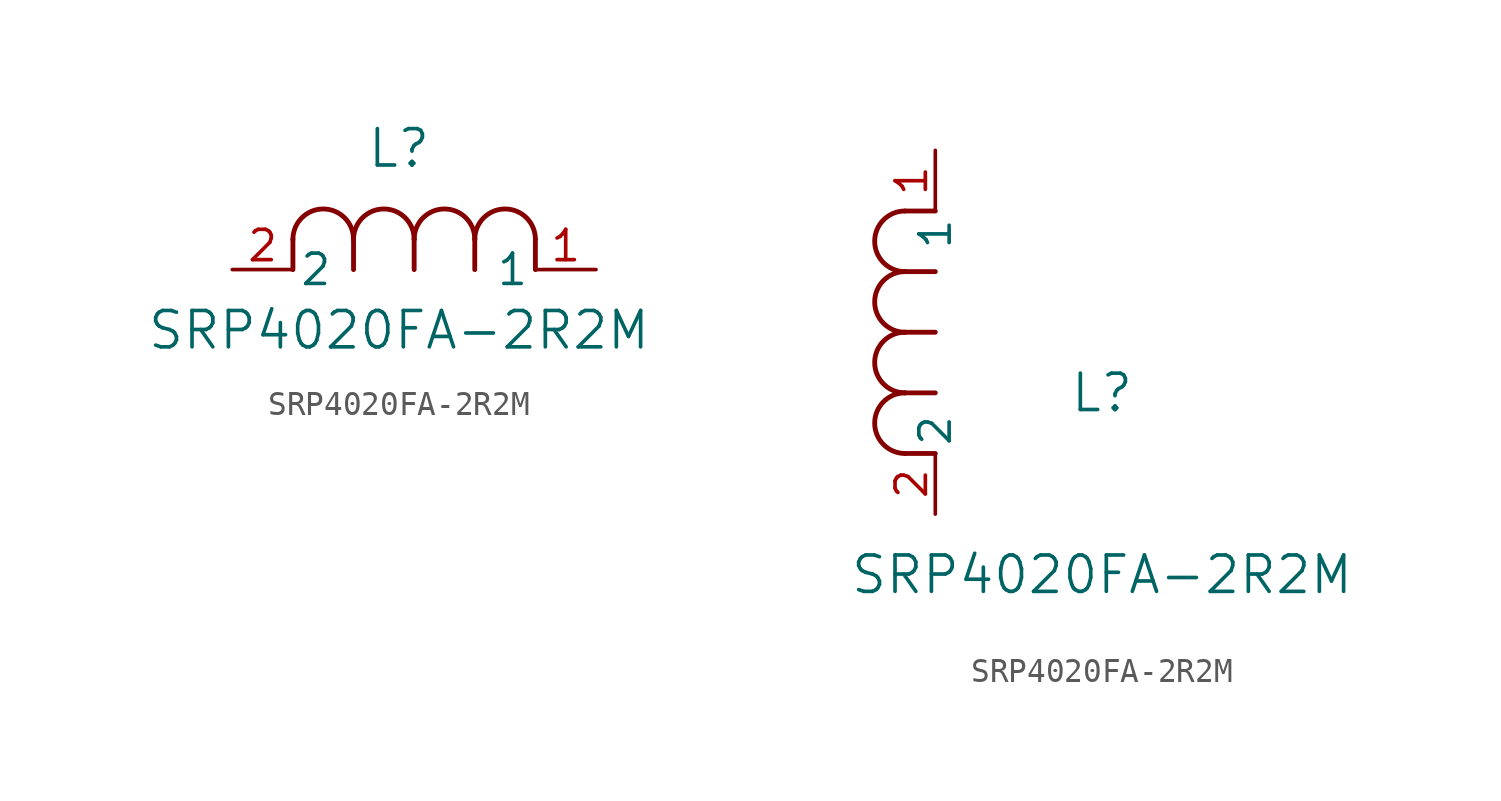
<source format=kicad_sym>
(kicad_symbol_lib
  (version 20211014)
  (generator kicad_symbol_editor)
  (symbol "SRP4020FA-2R2M"
    (pin_names
      (offset 0.254))
    (property "Reference" "L"
      (at 6.985 5.08 0)
      (effects (font (size 1.524 1.524))))
    (property "Value" "SRP4020FA-2R2M"
      (at 6.985 -2.54 0)
      (effects (font (size 1.524 1.524))))
    (symbol "SRP4020FA-2R2M_1_1"
      (arc (start 7.62 1.27) (mid 6.35 2.54) (end 5.08 1.27) (stroke (width 0.2032) (type default) (color 0 0 0 0)) (fill (type none)))
      (polyline (pts (xy 5.08 0) (xy 5.08 1.27)) (stroke (width 0.203) (type default) (color 0 0 0 0)) (fill (type none)))
      (polyline (pts (xy 7.62 0) (xy 7.62 1.27)) (stroke (width 0.203) (type default) (color 0 0 0 0)) (fill (type none)))
      (polyline (pts (xy 12.7 0) (xy 12.7 1.27)) (stroke (width 0.203) (type default) (color 0 0 0 0)) (fill (type none)))
      (arc (start 5.08 1.27) (mid 3.81 2.54) (end 2.54 1.27) (stroke (width 0.2032) (type default) (color 0 0 0 0)) (fill (type none)))
      (arc (start 10.16 1.27) (mid 8.89 2.54) (end 7.62 1.27) (stroke (width 0.2032) (type default) (color 0 0 0 0)) (fill (type none)))
      (arc (start 12.7 1.27) (mid 11.43 2.54) (end 10.16 1.27) (stroke (width 0.2032) (type default) (color 0 0 0 0)) (fill (type none)))
      (polyline (pts (xy 2.54 0) (xy 2.54 1.27)) (stroke (width 0.203) (type default) (color 0 0 0 0)) (fill (type none)))
      (polyline (pts (xy 10.16 0) (xy 10.16 1.27)) (stroke (width 0.203) (type default) (color 0 0 0 0)) (fill (type none)))
      (pin unspecified line (at 0 0 0) (length 2.54) (name "2" (effects (font (size 1.27 1.27)))) (number "2" (effects (font (size 1.27 1.27)))))
      (pin unspecified line (at 15.24 0 180) (length 2.54) (name "1" (effects (font (size 1.27 1.27)))) (number "1" (effects (font (size 1.27 1.27))))))
    (symbol "SRP4020FA-2R2M_1_2"
      (arc (start -1.27 7.62) (mid -2.54 6.35) (end -1.27 5.08) (stroke (width 0.2032) (type default) (color 0 0 0 0)) (fill (type none)))
      (arc (start -1.27 5.08) (mid -2.54 3.81) (end -1.27 2.54) (stroke (width 0.2032) (type default) (color 0 0 0 0)) (fill (type none)))
      (arc (start -1.27 12.7) (mid -2.54 11.43) (end -1.27 10.16) (stroke (width 0.2032) (type default) (color 0 0 0 0)) (fill (type none)))
      (arc (start -1.27 10.16) (mid -2.54 8.89) (end -1.27 7.62) (stroke (width 0.2032) (type default) (color 0 0 0 0)) (fill (type none)))
      (polyline (pts (xy 0 7.62) (xy -1.27 7.62)) (stroke (width 0.203) (type default) (color 0 0 0 0)) (fill (type none)))
      (polyline (pts (xy 0 5.08) (xy -1.27 5.08)) (stroke (width 0.203) (type default) (color 0 0 0 0)) (fill (type none)))
      (polyline (pts (xy 0 12.7) (xy -1.27 12.7)) (stroke (width 0.203) (type default) (color 0 0 0 0)) (fill (type none)))
      (polyline (pts (xy 0 2.54) (xy -1.27 2.54)) (stroke (width 0.203) (type default) (color 0 0 0 0)) (fill (type none)))
      (polyline (pts (xy 0 10.16) (xy -1.27 10.16)) (stroke (width 0.203) (type default) (color 0 0 0 0)) (fill (type none)))
      (pin unspecified line (at 0 0 90) (length 2.54) (name "2" (effects (font (size 1.27 1.27)))) (number "2" (effects (font (size 1.27 1.27)))))
      (pin unspecified line (at 0 15.24 270) (length 2.54) (name "1" (effects (font (size 1.27 1.27)))) (number "1" (effects (font (size 1.27 1.27))))))))
</source>
